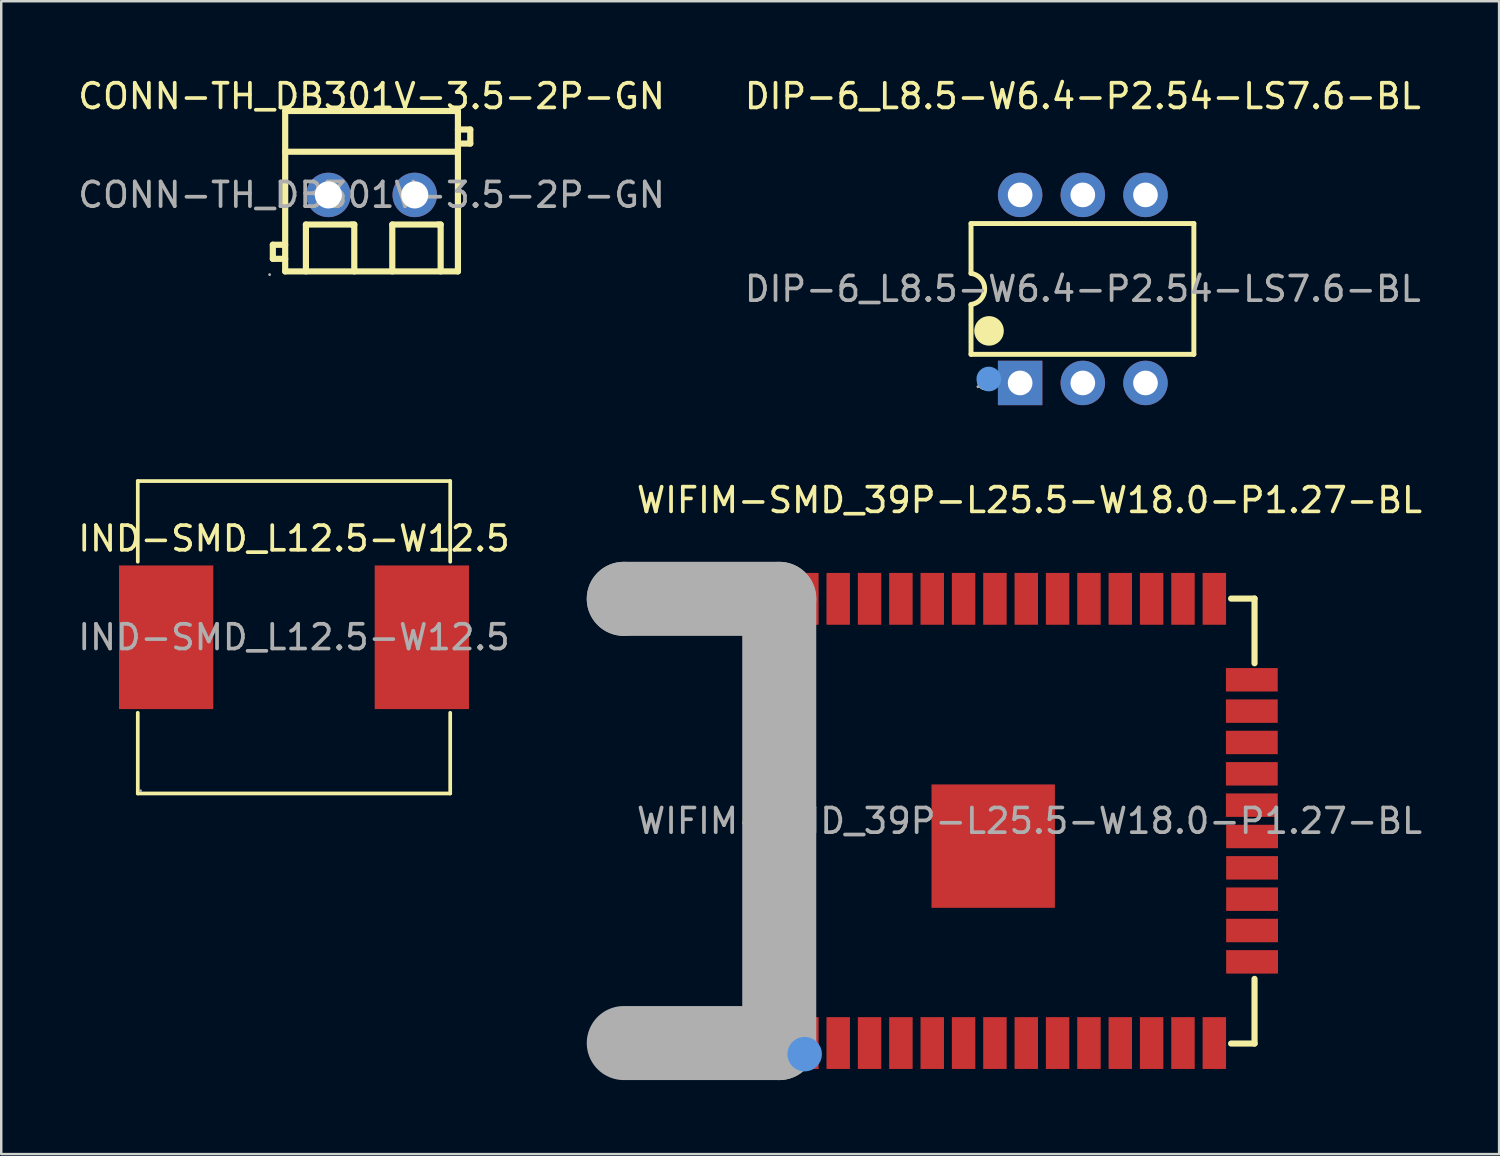
<source format=kicad_pcb>
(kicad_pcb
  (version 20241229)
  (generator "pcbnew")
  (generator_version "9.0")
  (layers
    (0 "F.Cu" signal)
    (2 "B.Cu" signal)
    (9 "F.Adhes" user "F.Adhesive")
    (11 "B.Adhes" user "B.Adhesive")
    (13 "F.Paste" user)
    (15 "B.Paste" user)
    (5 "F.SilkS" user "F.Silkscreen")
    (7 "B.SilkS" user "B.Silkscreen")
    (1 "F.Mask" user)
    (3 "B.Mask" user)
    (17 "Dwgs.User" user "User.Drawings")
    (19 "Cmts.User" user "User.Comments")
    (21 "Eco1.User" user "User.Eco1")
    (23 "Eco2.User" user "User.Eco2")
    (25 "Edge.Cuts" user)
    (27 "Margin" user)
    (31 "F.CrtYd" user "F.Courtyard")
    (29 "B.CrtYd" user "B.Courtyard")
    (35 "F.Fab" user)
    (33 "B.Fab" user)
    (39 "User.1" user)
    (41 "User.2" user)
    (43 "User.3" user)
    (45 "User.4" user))
  (footprint "IND-SMD_L12.5-W12.5"
    (layer "F.Cu")
    (at 8.863 22.773)
    (property "Reference" "IND-SMD_L12.5-W12.5" (at 0 -4 0) (layer "F.SilkS") (effects (font (size 1 1) (thickness 0.15))))
    (attr smd)
    (fp_line (start -6.33 -6.33) (end 6.33 -6.33) (stroke (width 0.15) (type solid)) (layer "F.SilkS"))
    (fp_line (start -6.33 -3.06) (end -6.33 -6.33) (stroke (width 0.15) (type solid)) (layer "F.SilkS"))
    (fp_line (start -6.33 3.06) (end -6.33 6.33) (stroke (width 0.15) (type solid)) (layer "F.SilkS"))
    (fp_line (start -6.33 6.33) (end 6.33 6.33) (stroke (width 0.15) (type solid)) (layer "F.SilkS"))
    (fp_line (start 6.33 -6.33) (end 6.33 -3.06) (stroke (width 0.15) (type solid)) (layer "F.SilkS"))
    (fp_line (start 6.33 6.33) (end 6.33 3.06) (stroke (width 0.15) (type solid)) (layer "F.SilkS"))
    (fp_circle (center -6.22 6.22) (end -6.19 6.22) (stroke (width 0.06) (type solid)) (fill no) (layer "F.Fab"))
    (fp_text user "${REFERENCE}" (at 0 0 0) (layer "F.Fab") (effects (font (size 1 1) (thickness 0.15))))
    (pad "1" smd rect (at 5.18 0) (size 3.82 5.82) (layers "F.Cu" "F.Mask" "F.Paste"))
    (pad "2" smd rect (at -5.18 0) (size 3.82 5.82) (layers "F.Cu" "F.Mask" "F.Paste")))
  (footprint "CONN-TH_DB301V-3.5-2P-GN"
    (layer "F.Cu")
    (at 12.006 4.848)
    (property "Reference" "CONN-TH_DB301V-3.5-2P-GN" (at 0 -4 0) (layer "F.SilkS") (effects (font (size 1 1) (thickness 0.15))))
    (attr through_hole)
    (fp_line (start -4 2.02) (end -3.5 2.02) (stroke (width 0.25) (type solid)) (layer "F.SilkS"))
    (fp_line (start -4 2.59) (end -4 2.02) (stroke (width 0.25) (type solid)) (layer "F.SilkS"))
    (fp_line (start -3.5 -3.4) (end -3.5 3.1) (stroke (width 0.25) (type solid)) (layer "F.SilkS"))
    (fp_line (start -3.5 -3.4) (end 3.5 -3.4) (stroke (width 0.25) (type solid)) (layer "F.SilkS"))
    (fp_line (start -3.5 -1.75) (end 3.5 -1.75) (stroke (width 0.25) (type solid)) (layer "F.SilkS"))
    (fp_line (start -3.5 2.59) (end -4 2.59) (stroke (width 0.25) (type solid)) (layer "F.SilkS"))
    (fp_line (start -3.5 3.1) (end 3.5 3.1) (stroke (width 0.25) (type solid)) (layer "F.SilkS"))
    (fp_line (start -2.66 1.2) (end -0.8 1.2) (stroke (width 0.25) (type solid)) (layer "F.SilkS"))
    (fp_line (start -2.66 3.1) (end -2.66 1.2) (stroke (width 0.25) (type solid)) (layer "F.SilkS"))
    (fp_line (start -0.8 1.2) (end -0.7 1.2) (stroke (width 0.25) (type solid)) (layer "F.SilkS"))
    (fp_line (start -0.7 1.2) (end -0.7 3.1) (stroke (width 0.25) (type solid)) (layer "F.SilkS"))
    (fp_line (start 0.84 1.2) (end 2.7 1.2) (stroke (width 0.25) (type solid)) (layer "F.SilkS"))
    (fp_line (start 0.84 3.1) (end 0.84 1.2) (stroke (width 0.25) (type solid)) (layer "F.SilkS"))
    (fp_line (start 2.7 1.2) (end 2.8 1.2) (stroke (width 0.25) (type solid)) (layer "F.SilkS"))
    (fp_line (start 2.8 1.2) (end 2.8 3.1) (stroke (width 0.25) (type solid)) (layer "F.SilkS"))
    (fp_line (start 3.5 -3.4) (end 3.5 3.1) (stroke (width 0.25) (type solid)) (layer "F.SilkS"))
    (fp_line (start 3.5 -2.65) (end 4 -2.65) (stroke (width 0.25) (type solid)) (layer "F.SilkS"))
    (fp_line (start 4 -2.65) (end 4 -2.08) (stroke (width 0.25) (type solid)) (layer "F.SilkS"))
    (fp_line (start 4 -2.08) (end 3.5 -2.08) (stroke (width 0.25) (type solid)) (layer "F.SilkS"))
    (fp_circle (center -4.13 3.23) (end -4.1 3.23) (stroke (width 0.06) (type solid)) (fill no) (layer "F.Fab"))
    (fp_circle (center -1.75 0) (end -1.52 0) (stroke (width 0.45) (type solid)) (fill no) (layer "F.Fab"))
    (fp_circle (center 1.75 0) (end 1.98 0) (stroke (width 0.45) (type solid)) (fill no) (layer "F.Fab"))
    (fp_text user "${REFERENCE}" (at 0 0 0) (layer "F.Fab") (effects (font (size 1 1) (thickness 0.15))))
    (pad "1" thru_hole circle (at -1.75 0) (size 1.8 1.8) (drill 1.1) (layers "*.Cu" "*.Mask"))
    (pad "2" thru_hole circle (at 1.75 0) (size 1.8 1.8) (drill 1.1) (layers "*.Cu" "*.Mask")))
  (footprint "DIP-6_L8.5-W6.4-P2.54-LS7.6-BL"
    (layer "F.Cu")
    (at 40.827 8.658)
    (property "Reference" "DIP-6_L8.5-W6.4-P2.54-LS7.6-BL" (at 0 -7.81 0) (layer "F.SilkS") (effects (font (size 1 1) (thickness 0.15))))
    (attr smd)
    (fp_line (start -4.53 -2.65) (end 4.5 -2.65) (stroke (width 0.2) (type solid)) (layer "F.SilkS"))
    (fp_line (start -4.53 -0.63) (end -4.53 -2.65) (stroke (width 0.2) (type solid)) (layer "F.SilkS"))
    (fp_line (start -4.53 2.65) (end -4.53 0.64) (stroke (width 0.2) (type solid)) (layer "F.SilkS"))
    (fp_line (start 4.5 -2.65) (end 4.5 2.65) (stroke (width 0.2) (type solid)) (layer "F.SilkS"))
    (fp_line (start 4.5 2.65) (end -4.53 2.65) (stroke (width 0.2) (type solid)) (layer "F.SilkS"))
    (fp_arc (start -4.53 -0.63) (mid -3.974941 0.000797) (end -4.531582 0.630199) (stroke (width 0.2) (type solid)) (layer "F.SilkS"))
    (fp_arc (start -3.97 3.8) (mid -3.97 3.8) (end -3.97 3.8) (stroke (width 0.3) (type solid)) (layer "F.SilkS"))
    (fp_arc (start -3.8 1.7) (mid -3.8 1.7) (end -3.8 1.7) (stroke (width 0.6) (type solid)) (layer "F.SilkS"))
    (fp_circle (center -3.81 3.65) (end -3.56 3.65) (stroke (width 0.5) (type solid)) (fill no) (layer "Cmts.User"))
    (fp_circle (center -4.25 3.96) (end -4.22 3.96) (stroke (width 0.06) (type solid)) (fill no) (layer "F.Fab"))
    (fp_text user "${REFERENCE}" (at 0 0 0) (layer "F.Fab") (effects (font (size 1 1) (thickness 0.15))))
    (pad "1" thru_hole rect (at -2.54 3.81 90) (size 1.8 1.8) (drill 1) (layers "*.Cu" "*.Mask"))
    (pad "2" thru_hole circle (at 0 3.81 90) (size 1.8 1.8) (drill 1) (layers "*.Cu" "*.Mask"))
    (pad "3" thru_hole circle (at 2.54 3.81 90) (size 1.8 1.8) (drill 1) (layers "*.Cu" "*.Mask"))
    (pad "4" thru_hole circle (at 2.54 -3.81 90) (size 1.8 1.8) (drill 1) (layers "*.Cu" "*.Mask"))
    (pad "5" thru_hole circle (at 0 -3.81 90) (size 1.8 1.8) (drill 1) (layers "*.Cu" "*.Mask"))
    (pad "6" thru_hole circle (at -2.54 -3.81 90) (size 1.8 1.8) (drill 1) (layers "*.Cu" "*.Mask")))
  (footprint "WIFIM-SMD_39P-L25.5-W18.0-P1.27-BL"
    (layer "F.Cu")
    (at 38.666 30.216)
    (property "Reference" "WIFIM-SMD_39P-L25.5-W18.0-P1.27-BL" (at 0 -13 0) (layer "F.SilkS") (effects (font (size 1 1) (thickness 0.15))))
    (attr smd)
    (fp_line (start -10.16 -9.01) (end -10.16 9.02) (stroke (width 0.25) (type solid)) (layer "F.SilkS"))
    (fp_line (start -10.16 9.02) (end -9.7 9.02) (stroke (width 0.25) (type solid)) (layer "F.SilkS"))
    (fp_line (start -9.7 -9.01) (end -10.16 -9.01) (stroke (width 0.25) (type solid)) (layer "F.SilkS"))
    (fp_line (start 8.17 9.02) (end 9.12 9.02) (stroke (width 0.25) (type solid)) (layer "F.SilkS"))
    (fp_line (start 9.12 -9.01) (end 8.17 -9.01) (stroke (width 0.25) (type solid)) (layer "F.SilkS"))
    (fp_line (start 9.12 -6.39) (end 9.12 -9.01) (stroke (width 0.25) (type solid)) (layer "F.SilkS"))
    (fp_line (start 9.12 9.02) (end 9.12 6.4) (stroke (width 0.25) (type solid)) (layer "F.SilkS"))
    (fp_circle (center -9.11 9.45) (end -8.76 9.45) (stroke (width 0.7) (type solid)) (fill no) (layer "Cmts.User"))
    (fp_line (start -16.44 -9) (end -16.44 -9) (stroke (width 3) (type solid)) (layer "F.Fab"))
    (fp_line (start -16.44 -9) (end -10.14 -9) (stroke (width 3) (type solid)) (layer "F.Fab"))
    (fp_line (start -10.14 -9) (end -10.14 9) (stroke (width 3) (type solid)) (layer "F.Fab"))
    (fp_line (start -10.14 9) (end -16.44 9) (stroke (width 3) (type solid)) (layer "F.Fab"))
    (fp_circle (center -16.5 9) (end -16.47 9) (stroke (width 0.06) (type solid)) (fill no) (layer "F.Fab"))
    (fp_text user "${REFERENCE}" (at 0 0 0) (layer "F.Fab") (effects (font (size 1 1) (thickness 0.15))))
    (pad "1" smd rect (at -9.02 9) (size 0.95 2.1) (layers "F.Cu" "F.Mask" "F.Paste"))
    (pad "2" smd rect (at -7.75 9) (size 0.95 2.1) (layers "F.Cu" "F.Mask" "F.Paste"))
    (pad "3" smd rect (at -6.48 9) (size 0.95 2.1) (layers "F.Cu" "F.Mask" "F.Paste"))
    (pad "4" smd rect (at -5.21 9) (size 0.95 2.1) (layers "F.Cu" "F.Mask" "F.Paste"))
    (pad "5" smd rect (at -3.94 9) (size 0.95 2.1) (layers "F.Cu" "F.Mask" "F.Paste"))
    (pad "6" smd rect (at -2.67 9) (size 0.95 2.1) (layers "F.Cu" "F.Mask" "F.Paste"))
    (pad "7" smd rect (at -1.4 9) (size 0.95 2.1) (layers "F.Cu" "F.Mask" "F.Paste"))
    (pad "8" smd rect (at -0.13 9) (size 0.95 2.1) (layers "F.Cu" "F.Mask" "F.Paste"))
    (pad "9" smd rect (at 1.14 9) (size 0.95 2.1) (layers "F.Cu" "F.Mask" "F.Paste"))
    (pad "10" smd rect (at 2.41 9) (size 0.95 2.1) (layers "F.Cu" "F.Mask" "F.Paste"))
    (pad "11" smd rect (at 3.68 9) (size 0.95 2.1) (layers "F.Cu" "F.Mask" "F.Paste"))
    (pad "12" smd rect (at 4.95 9) (size 0.95 2.1) (layers "F.Cu" "F.Mask" "F.Paste"))
    (pad "13" smd rect (at 6.22 9) (size 0.95 2.1) (layers "F.Cu" "F.Mask" "F.Paste"))
    (pad "14" smd rect (at 7.49 9) (size 0.95 2.1) (layers "F.Cu" "F.Mask" "F.Paste"))
    (pad "15" smd rect (at 9.02 5.71) (size 2.1 0.95) (layers "F.Cu" "F.Mask" "F.Paste"))
    (pad "16" smd rect (at 9.02 4.44) (size 2.1 0.95) (layers "F.Cu" "F.Mask" "F.Paste"))
    (pad "17" smd rect (at 9.02 3.17) (size 2.1 0.95) (layers "F.Cu" "F.Mask" "F.Paste"))
    (pad "18" smd rect (at 9.02 1.9) (size 2.1 0.95) (layers "F.Cu" "F.Mask" "F.Paste"))
    (pad "19" smd rect (at 9.02 0.63) (size 2.1 0.95) (layers "F.Cu" "F.Mask" "F.Paste"))
    (pad "20" smd rect (at 9.01 -0.64) (size 2.1 0.95) (layers "F.Cu" "F.Mask" "F.Paste"))
    (pad "21" smd rect (at 9.01 -1.91) (size 2.1 0.95) (layers "F.Cu" "F.Mask" "F.Paste"))
    (pad "22" smd rect (at 9.01 -3.18) (size 2.1 0.95) (layers "F.Cu" "F.Mask" "F.Paste"))
    (pad "23" smd rect (at 9.01 -4.45) (size 2.1 0.95) (layers "F.Cu" "F.Mask" "F.Paste"))
    (pad "24" smd rect (at 9.01 -5.72) (size 2.1 0.95) (layers "F.Cu" "F.Mask" "F.Paste"))
    (pad "25" smd rect (at 7.49 -9) (size 0.95 2.1) (layers "F.Cu" "F.Mask" "F.Paste"))
    (pad "26" smd rect (at 6.22 -9) (size 0.95 2.1) (layers "F.Cu" "F.Mask" "F.Paste"))
    (pad "27" smd rect (at 4.95 -9) (size 0.95 2.1) (layers "F.Cu" "F.Mask" "F.Paste"))
    (pad "28" smd rect (at 3.68 -9) (size 0.95 2.1) (layers "F.Cu" "F.Mask" "F.Paste"))
    (pad "29" smd rect (at 2.41 -9) (size 0.95 2.1) (layers "F.Cu" "F.Mask" "F.Paste"))
    (pad "30" smd rect (at 1.14 -9) (size 0.95 2.1) (layers "F.Cu" "F.Mask" "F.Paste"))
    (pad "31" smd rect (at -0.13 -9) (size 0.95 2.1) (layers "F.Cu" "F.Mask" "F.Paste"))
    (pad "32" smd rect (at -1.4 -9) (size 0.95 2.1) (layers "F.Cu" "F.Mask" "F.Paste"))
    (pad "33" smd rect (at -2.67 -9) (size 0.95 2.1) (layers "F.Cu" "F.Mask" "F.Paste"))
    (pad "34" smd rect (at -3.94 -9) (size 0.95 2.1) (layers "F.Cu" "F.Mask" "F.Paste"))
    (pad "35" smd rect (at -5.21 -9) (size 0.95 2.1) (layers "F.Cu" "F.Mask" "F.Paste"))
    (pad "36" smd rect (at -6.48 -9) (size 0.95 2.1) (layers "F.Cu" "F.Mask" "F.Paste"))
    (pad "37" smd rect (at -7.75 -9) (size 0.95 2.1) (layers "F.Cu" "F.Mask" "F.Paste"))
    (pad "38" smd rect (at -9.02 -9) (size 0.95 2.1) (layers "F.Cu" "F.Mask" "F.Paste"))
    (pad "39" smd rect (at -1.47 1.02 90) (size 5 5) (layers "F.Cu" "F.Mask" "F.Paste")))
  (gr_rect
    (start -3 -3)
    (end 57.696 43.717)
    (stroke (width 0.1) (type default))
    (fill no)
    (layer "Edge.Cuts")))
</source>
